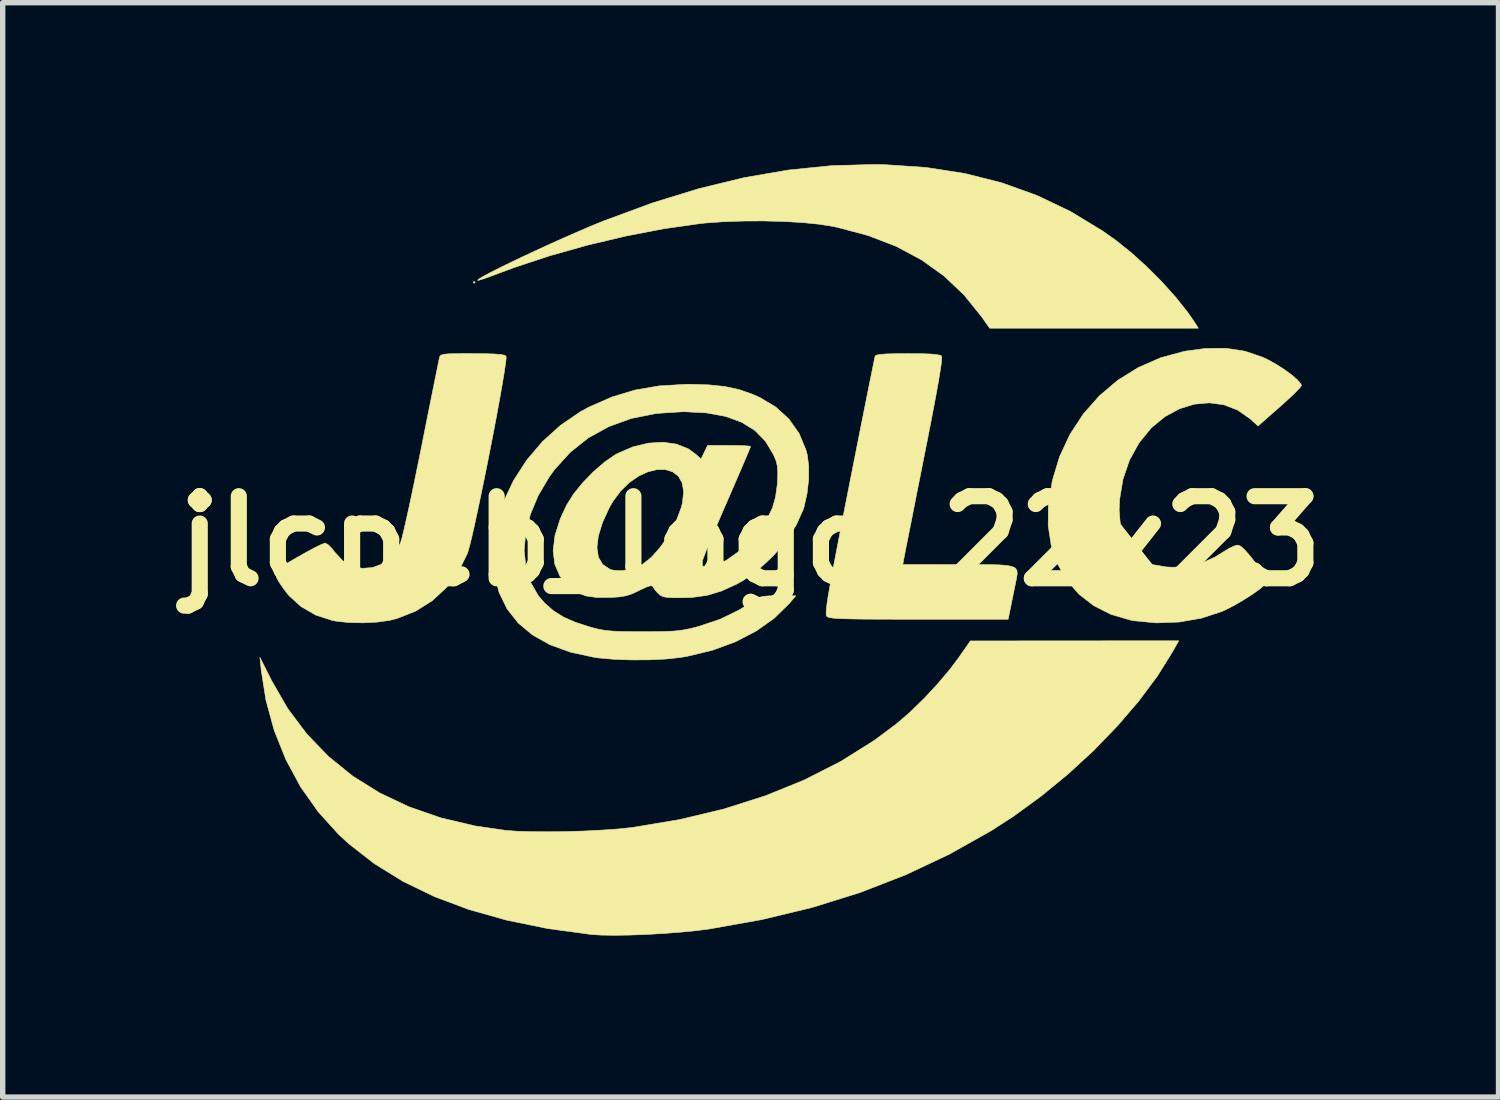
<source format=kicad_pcb>
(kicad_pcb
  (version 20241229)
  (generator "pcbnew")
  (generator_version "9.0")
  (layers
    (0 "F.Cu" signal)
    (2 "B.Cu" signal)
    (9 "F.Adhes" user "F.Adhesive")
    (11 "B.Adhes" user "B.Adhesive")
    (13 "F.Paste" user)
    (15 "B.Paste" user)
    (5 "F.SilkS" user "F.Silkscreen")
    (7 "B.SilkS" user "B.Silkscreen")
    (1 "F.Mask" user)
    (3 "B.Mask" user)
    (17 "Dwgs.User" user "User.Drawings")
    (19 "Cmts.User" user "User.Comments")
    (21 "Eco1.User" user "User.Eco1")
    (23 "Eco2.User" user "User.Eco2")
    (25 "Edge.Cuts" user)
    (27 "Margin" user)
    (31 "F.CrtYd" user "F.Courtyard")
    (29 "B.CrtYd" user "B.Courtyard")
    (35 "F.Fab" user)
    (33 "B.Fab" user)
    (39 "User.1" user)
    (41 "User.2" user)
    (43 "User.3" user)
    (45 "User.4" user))
  (footprint "jlcpcb_logo_22x23"
    (layer "F.Cu")
    (at 10.893 7.002)
    (property "Reference" "jlcpcb_logo_22x23" (at 0 0 0) (layer "F.SilkS") (effects (font (size 1.524 1.524) (thickness 0.3))))
    (attr through_hole)
    (fp_poly (pts (xy -5.116 -4.808) (xy -5.134 -4.79) (xy -5.153 -4.808) (xy -5.134 -4.826) (xy -5.116 -4.808)) (stroke (width 0.01) (type solid)) (fill yes) (layer "F.SilkS"))
    (fp_poly (pts (xy 2.5 -6.993) (xy 3.261 -6.941) (xy 3.983 -6.829) (xy 4.668 -6.656) (xy 5.32 -6.421) (xy 5.942 -6.124) (xy 6.537 -5.763) (xy 6.787 -5.586) (xy 7.067 -5.362) (xy 7.355 -5.102) (xy 7.636 -4.821) (xy 7.894 -4.534) (xy 8.116 -4.256) (xy 8.255 -4.055) (xy 8.318 -3.955) (xy 4.441 -3.955) (xy 4.29 -4.17) (xy 3.964 -4.574) (xy 3.592 -4.926) (xy 3.173 -5.226) (xy 2.705 -5.476) (xy 2.185 -5.676) (xy 1.612 -5.829) (xy 1.532 -5.846) (xy 1.274 -5.887) (xy 0.961 -5.918) (xy 0.61 -5.938) (xy 0.237 -5.948) (xy -0.141 -5.946) (xy -0.507 -5.933) (xy -0.844 -5.909) (xy -0.943 -5.898) (xy -1.612 -5.803) (xy -2.313 -5.668) (xy -3.026 -5.499) (xy -3.726 -5.302) (xy -4.39 -5.083) (xy -4.686 -4.973) (xy -4.837 -4.916) (xy -4.962 -4.872) (xy -5.045 -4.847) (xy -5.073 -4.843) (xy -5.051 -4.867) (xy -4.971 -4.916) (xy -4.84 -4.986) (xy -4.667 -5.074) (xy -4.46 -5.175) (xy -4.228 -5.286) (xy -3.977 -5.403) (xy -3.717 -5.522) (xy -3.455 -5.64) (xy -3.2 -5.751) (xy -2.96 -5.854) (xy -2.742 -5.943) (xy -2.722 -5.951) (xy -1.827 -6.281) (xy -0.961 -6.548) (xy -0.12 -6.752) (xy 0.702 -6.894) (xy 1.509 -6.975) (xy 2.304 -6.997) (xy 2.5 -6.993)) (stroke (width 0.01) (type solid)) (fill yes) (layer "F.SilkS"))
    (fp_poly (pts (xy 7.836 2.059) (xy 7.553 2.512) (xy 7.208 2.974) (xy 6.811 3.436) (xy 6.371 3.891) (xy 5.896 4.328) (xy 5.395 4.739) (xy 4.878 5.115) (xy 4.481 5.372) (xy 3.696 5.814) (xy 2.88 6.199) (xy 2.03 6.529) (xy 1.14 6.806) (xy 0.206 7.031) (xy -0.764 7.204) (xy -1.02 7.237) (xy -1.312 7.265) (xy -1.626 7.289) (xy -1.946 7.307) (xy -2.255 7.318) (xy -2.539 7.322) (xy -2.782 7.318) (xy -2.957 7.307) (xy -3.773 7.196) (xy -4.53 7.041) (xy -5.231 6.844) (xy -5.874 6.603) (xy -6.461 6.318) (xy -6.993 5.989) (xy -7.47 5.616) (xy -7.655 5.445) (xy -8.033 5.027) (xy -8.36 4.563) (xy -8.633 4.057) (xy -8.849 3.518) (xy -9.003 2.954) (xy -9.091 2.395) (xy -9.115 2.159) (xy -8.896 2.594) (xy -8.596 3.114) (xy -8.244 3.582) (xy -7.842 4) (xy -7.391 4.365) (xy -6.891 4.677) (xy -6.344 4.936) (xy -5.752 5.141) (xy -5.114 5.291) (xy -4.552 5.373) (xy -4.338 5.389) (xy -4.068 5.397) (xy -3.759 5.399) (xy -3.428 5.395) (xy -3.091 5.385) (xy -2.765 5.368) (xy -2.466 5.347) (xy -2.212 5.321) (xy -2.177 5.316) (xy -1.316 5.172) (xy -0.497 4.976) (xy 0.276 4.73) (xy 1.001 4.435) (xy 1.677 4.091) (xy 2.3 3.7) (xy 2.727 3.381) (xy 2.971 3.168) (xy 3.229 2.916) (xy 3.481 2.645) (xy 3.707 2.376) (xy 3.866 2.164) (xy 4.082 1.854) (xy 7.953 1.851) (xy 7.836 2.059)) (stroke (width 0.01) (type solid)) (fill yes) (layer "F.SilkS"))
    (fp_poly (pts (xy 3.164 -3.482) (xy 3.343 -3.476) (xy 3.462 -3.465) (xy 3.529 -3.45) (xy 3.548 -3.438) (xy 3.552 -3.399) (xy 3.543 -3.304) (xy 3.52 -3.152) (xy 3.485 -2.94) (xy 3.435 -2.666) (xy 3.371 -2.326) (xy 3.292 -1.92) (xy 3.231 -1.615) (xy 3.161 -1.261) (xy 3.094 -0.925) (xy 3.033 -0.615) (xy 2.978 -0.337) (xy 2.931 -0.1) (xy 2.893 0.089) (xy 2.867 0.223) (xy 2.853 0.295) (xy 2.852 0.299) (xy 2.827 0.435) (xy 3.854 0.435) (xy 4.172 0.435) (xy 4.424 0.436) (xy 4.618 0.441) (xy 4.76 0.452) (xy 4.858 0.471) (xy 4.918 0.501) (xy 4.947 0.544) (xy 4.953 0.603) (xy 4.942 0.68) (xy 4.922 0.777) (xy 4.917 0.802) (xy 4.883 0.968) (xy 4.847 1.144) (xy 4.827 1.243) (xy 4.785 1.451) (xy 3.122 1.451) (xy 2.728 1.451) (xy 2.4 1.45) (xy 2.131 1.449) (xy 1.917 1.446) (xy 1.751 1.442) (xy 1.626 1.437) (xy 1.536 1.43) (xy 1.475 1.422) (xy 1.438 1.411) (xy 1.416 1.398) (xy 1.413 1.394) (xy 1.405 1.373) (xy 1.403 1.333) (xy 1.407 1.268) (xy 1.418 1.173) (xy 1.437 1.044) (xy 1.466 0.876) (xy 1.504 0.664) (xy 1.553 0.404) (xy 1.613 0.09) (xy 1.685 -0.283) (xy 1.77 -0.719) (xy 1.831 -1.028) (xy 1.911 -1.433) (xy 1.987 -1.817) (xy 2.058 -2.175) (xy 2.123 -2.5) (xy 2.18 -2.786) (xy 2.229 -3.028) (xy 2.268 -3.22) (xy 2.295 -3.355) (xy 2.311 -3.427) (xy 2.314 -3.438) (xy 2.341 -3.456) (xy 2.412 -3.469) (xy 2.534 -3.478) (xy 2.715 -3.482) (xy 2.92 -3.483) (xy 3.164 -3.482)) (stroke (width 0.01) (type solid)) (fill yes) (layer "F.SilkS"))
    (fp_poly (pts (xy 9.18 -3.529) (xy 9.504 -3.419) (xy 9.598 -3.376) (xy 9.756 -3.289) (xy 9.91 -3.191) (xy 10.047 -3.091) (xy 10.154 -2.999) (xy 10.219 -2.925) (xy 10.233 -2.891) (xy 10.207 -2.853) (xy 10.135 -2.777) (xy 10.028 -2.673) (xy 9.894 -2.551) (xy 9.83 -2.494) (xy 9.426 -2.139) (xy 9.281 -2.271) (xy 9.05 -2.433) (xy 8.795 -2.532) (xy 8.522 -2.569) (xy 8.243 -2.544) (xy 7.965 -2.458) (xy 7.696 -2.312) (xy 7.447 -2.107) (xy 7.44 -2.1) (xy 7.216 -1.826) (xy 7.04 -1.507) (xy 6.918 -1.154) (xy 6.855 -0.78) (xy 6.846 -0.581) (xy 6.871 -0.271) (xy 6.943 -0.015) (xy 7.064 0.187) (xy 7.234 0.336) (xy 7.454 0.434) (xy 7.726 0.48) (xy 7.856 0.485) (xy 8.139 0.466) (xy 8.388 0.405) (xy 8.631 0.293) (xy 8.785 0.197) (xy 8.897 0.13) (xy 8.996 0.085) (xy 9.048 0.073) (xy 9.103 0.094) (xy 9.18 0.162) (xy 9.284 0.282) (xy 9.376 0.4) (xy 9.484 0.541) (xy 9.552 0.638) (xy 9.587 0.701) (xy 9.595 0.742) (xy 9.58 0.775) (xy 9.559 0.801) (xy 9.467 0.883) (xy 9.328 0.983) (xy 9.161 1.09) (xy 8.985 1.193) (xy 8.818 1.278) (xy 8.751 1.308) (xy 8.371 1.432) (xy 7.959 1.503) (xy 7.536 1.519) (xy 7.122 1.479) (xy 7.058 1.467) (xy 6.694 1.361) (xy 6.374 1.199) (xy 6.099 0.986) (xy 5.873 0.725) (xy 5.701 0.423) (xy 5.585 0.084) (xy 5.528 -0.288) (xy 5.531 -0.646) (xy 5.604 -1.122) (xy 5.74 -1.57) (xy 5.934 -1.985) (xy 6.182 -2.363) (xy 6.479 -2.699) (xy 6.82 -2.988) (xy 7.202 -3.225) (xy 7.618 -3.407) (xy 8.065 -3.528) (xy 8.455 -3.58) (xy 8.835 -3.582) (xy 9.18 -3.529)) (stroke (width 0.01) (type solid)) (fill yes) (layer "F.SilkS"))
    (fp_poly (pts (xy -4.929 -3.482) (xy -4.752 -3.476) (xy -4.633 -3.466) (xy -4.564 -3.451) (xy -4.543 -3.437) (xy -4.541 -3.393) (xy -4.554 -3.286) (xy -4.578 -3.124) (xy -4.613 -2.916) (xy -4.656 -2.67) (xy -4.706 -2.395) (xy -4.762 -2.098) (xy -4.822 -1.787) (xy -4.884 -1.472) (xy -4.947 -1.159) (xy -5.009 -0.858) (xy -5.068 -0.577) (xy -5.123 -0.324) (xy -5.172 -0.106) (xy -5.214 0.067) (xy -5.247 0.187) (xy -5.26 0.226) (xy -5.424 0.562) (xy -5.645 0.857) (xy -5.913 1.106) (xy -6.223 1.301) (xy -6.566 1.436) (xy -6.702 1.471) (xy -6.934 1.504) (xy -7.199 1.518) (xy -7.465 1.512) (xy -7.703 1.486) (xy -7.765 1.475) (xy -8.077 1.374) (xy -8.351 1.216) (xy -8.579 1.009) (xy -8.672 0.889) (xy -8.755 0.768) (xy -8.806 0.678) (xy -8.82 0.608) (xy -8.793 0.546) (xy -8.72 0.481) (xy -8.595 0.401) (xy -8.413 0.296) (xy -8.407 0.293) (xy -8.243 0.2) (xy -8.097 0.122) (xy -7.983 0.066) (xy -7.913 0.038) (xy -7.903 0.036) (xy -7.85 0.064) (xy -7.777 0.137) (xy -7.726 0.203) (xy -7.578 0.363) (xy -7.404 0.463) (xy -7.214 0.505) (xy -7.022 0.491) (xy -6.839 0.422) (xy -6.678 0.301) (xy -6.549 0.129) (xy -6.499 0.019) (xy -6.477 -0.055) (xy -6.444 -0.192) (xy -6.4 -0.383) (xy -6.347 -0.621) (xy -6.288 -0.897) (xy -6.225 -1.202) (xy -6.158 -1.529) (xy -6.115 -1.743) (xy -6.049 -2.074) (xy -5.987 -2.385) (xy -5.93 -2.668) (xy -5.88 -2.916) (xy -5.838 -3.122) (xy -5.807 -3.277) (xy -5.787 -3.373) (xy -5.781 -3.402) (xy -5.772 -3.432) (xy -5.753 -3.454) (xy -5.714 -3.468) (xy -5.644 -3.477) (xy -5.533 -3.482) (xy -5.369 -3.483) (xy -5.171 -3.483) (xy -4.929 -3.482)) (stroke (width 0.01) (type solid)) (fill yes) (layer "F.SilkS"))
    (fp_poly (pts (xy -0.775 -2.903) (xy -0.477 -2.872) (xy -0.213 -2.815) (xy 0.035 -2.729) (xy 0.17 -2.669) (xy 0.468 -2.491) (xy 0.713 -2.267) (xy 0.901 -2) (xy 1.028 -1.695) (xy 1.053 -1.6) (xy 1.08 -1.391) (xy 1.078 -1.144) (xy 1.049 -0.887) (xy 0.996 -0.647) (xy 0.977 -0.586) (xy 0.846 -0.295) (xy 0.657 -0.004) (xy 0.423 0.272) (xy 0.156 0.52) (xy -0.129 0.725) (xy -0.256 0.797) (xy -0.539 0.926) (xy -0.806 1.007) (xy -1.089 1.046) (xy -1.297 1.052) (xy -1.46 1.051) (xy -1.568 1.043) (xy -1.638 1.026) (xy -1.689 0.997) (xy -1.72 0.969) (xy -1.783 0.897) (xy -1.818 0.84) (xy -1.819 0.84) (xy -1.852 0.827) (xy -1.934 0.852) (xy -2.066 0.914) (xy -2.197 0.977) (xy -2.312 1.015) (xy -2.44 1.036) (xy -2.611 1.047) (xy -2.611 1.047) (xy -2.859 1.046) (xy -3.055 1.019) (xy -3.214 0.96) (xy -3.353 0.867) (xy -3.382 0.842) (xy -3.542 0.652) (xy -3.637 0.431) (xy -3.668 0.178) (xy -3.661 0.122) (xy -2.854 0.122) (xy -2.827 0.299) (xy -2.748 0.432) (xy -2.617 0.52) (xy -2.56 0.539) (xy -2.409 0.55) (xy -2.233 0.523) (xy -2.065 0.463) (xy -2.011 0.434) (xy -1.839 0.296) (xy -1.67 0.104) (xy -1.514 -0.124) (xy -1.383 -0.371) (xy -1.29 -0.619) (xy -1.267 -0.707) (xy -1.243 -0.916) (xy -1.271 -1.082) (xy -1.341 -1.206) (xy -1.448 -1.288) (xy -1.583 -1.329) (xy -1.738 -1.329) (xy -1.907 -1.288) (xy -2.081 -1.208) (xy -2.253 -1.088) (xy -2.416 -0.93) (xy -2.562 -0.732) (xy -2.622 -0.627) (xy -2.752 -0.344) (xy -2.829 -0.093) (xy -2.854 0.122) (xy -3.661 0.122) (xy -3.634 -0.105) (xy -3.535 -0.417) (xy -3.417 -0.671) (xy -3.291 -0.872) (xy -3.119 -1.084) (xy -2.919 -1.29) (xy -2.711 -1.47) (xy -2.512 -1.607) (xy -2.477 -1.626) (xy -2.19 -1.75) (xy -1.903 -1.82) (xy -1.629 -1.838) (xy -1.376 -1.802) (xy -1.155 -1.714) (xy -1.014 -1.61) (xy -0.921 -1.524) (xy -0.799 -1.778) (xy -0.4 -1.778) (xy -0.239 -1.776) (xy -0.109 -1.772) (xy -0.025 -1.765) (xy 0 -1.758) (xy -0.014 -1.721) (xy -0.053 -1.626) (xy -0.115 -1.481) (xy -0.195 -1.294) (xy -0.29 -1.074) (xy -0.396 -0.829) (xy -0.438 -0.733) (xy -0.549 -0.477) (xy -0.651 -0.238) (xy -0.74 -0.027) (xy -0.813 0.149) (xy -0.864 0.279) (xy -0.892 0.356) (xy -0.895 0.367) (xy -0.897 0.451) (xy -0.854 0.489) (xy -0.761 0.484) (xy -0.661 0.456) (xy -0.45 0.356) (xy -0.232 0.201) (xy -0.02 0.007) (xy 0.17 -0.214) (xy 0.323 -0.446) (xy 0.406 -0.617) (xy 0.463 -0.818) (xy 0.497 -1.061) (xy 0.5 -1.114) (xy 0.505 -1.275) (xy 0.497 -1.392) (xy 0.473 -1.492) (xy 0.427 -1.603) (xy 0.426 -1.605) (xy 0.278 -1.853) (xy 0.082 -2.054) (xy -0.165 -2.208) (xy -0.464 -2.317) (xy -0.818 -2.382) (xy -1.229 -2.404) (xy -1.252 -2.404) (xy -1.751 -2.372) (xy -2.212 -2.28) (xy -2.633 -2.128) (xy -3.013 -1.919) (xy -3.35 -1.651) (xy -3.644 -1.327) (xy -3.741 -1.192) (xy -3.945 -0.847) (xy -4.09 -0.501) (xy -4.177 -0.16) (xy -4.206 0.168) (xy -4.176 0.479) (xy -4.088 0.764) (xy -3.94 1.019) (xy -3.823 1.153) (xy -3.66 1.295) (xy -3.476 1.41) (xy -3.254 1.508) (xy -2.978 1.597) (xy -2.954 1.603) (xy -2.839 1.633) (xy -2.728 1.654) (xy -2.606 1.668) (xy -2.458 1.677) (xy -2.269 1.681) (xy -2.023 1.682) (xy -1.996 1.682) (xy -1.748 1.681) (xy -1.557 1.677) (xy -1.407 1.669) (xy -1.282 1.655) (xy -1.165 1.634) (xy -1.04 1.605) (xy -0.977 1.588) (xy -0.566 1.451) (xy -0.2 1.272) (xy 0.005 1.139) (xy 0.088 1.081) (xy 0.159 1.044) (xy 0.237 1.025) (xy 0.345 1.017) (xy 0.505 1.016) (xy 0.84 1.016) (xy 0.715 1.162) (xy 0.437 1.434) (xy 0.102 1.671) (xy -0.284 1.871) (xy -0.712 2.028) (xy -1.174 2.139) (xy -1.306 2.161) (xy -1.574 2.19) (xy -1.887 2.205) (xy -2.216 2.207) (xy -2.537 2.195) (xy -2.822 2.17) (xy -2.906 2.158) (xy -3.344 2.063) (xy -3.726 1.925) (xy -4.05 1.744) (xy -4.317 1.521) (xy -4.524 1.258) (xy -4.672 0.954) (xy -4.759 0.612) (xy -4.784 0.231) (xy -4.779 0.097) (xy -4.718 -0.321) (xy -4.59 -0.733) (xy -4.401 -1.131) (xy -4.158 -1.506) (xy -3.866 -1.849) (xy -3.53 -2.152) (xy -3.158 -2.406) (xy -2.996 -2.493) (xy -2.575 -2.678) (xy -2.147 -2.807) (xy -1.696 -2.884) (xy -1.206 -2.913) (xy -1.125 -2.914) (xy -0.775 -2.903)) (stroke (width 0.01) (type solid)) (fill yes) (layer "F.SilkS")))
  (gr_rect
    (start -3 -3)
    (end 24.786 17.329)
    (stroke (width 0.1) (type default))
    (fill no)
    (layer "Edge.Cuts")))
</source>
